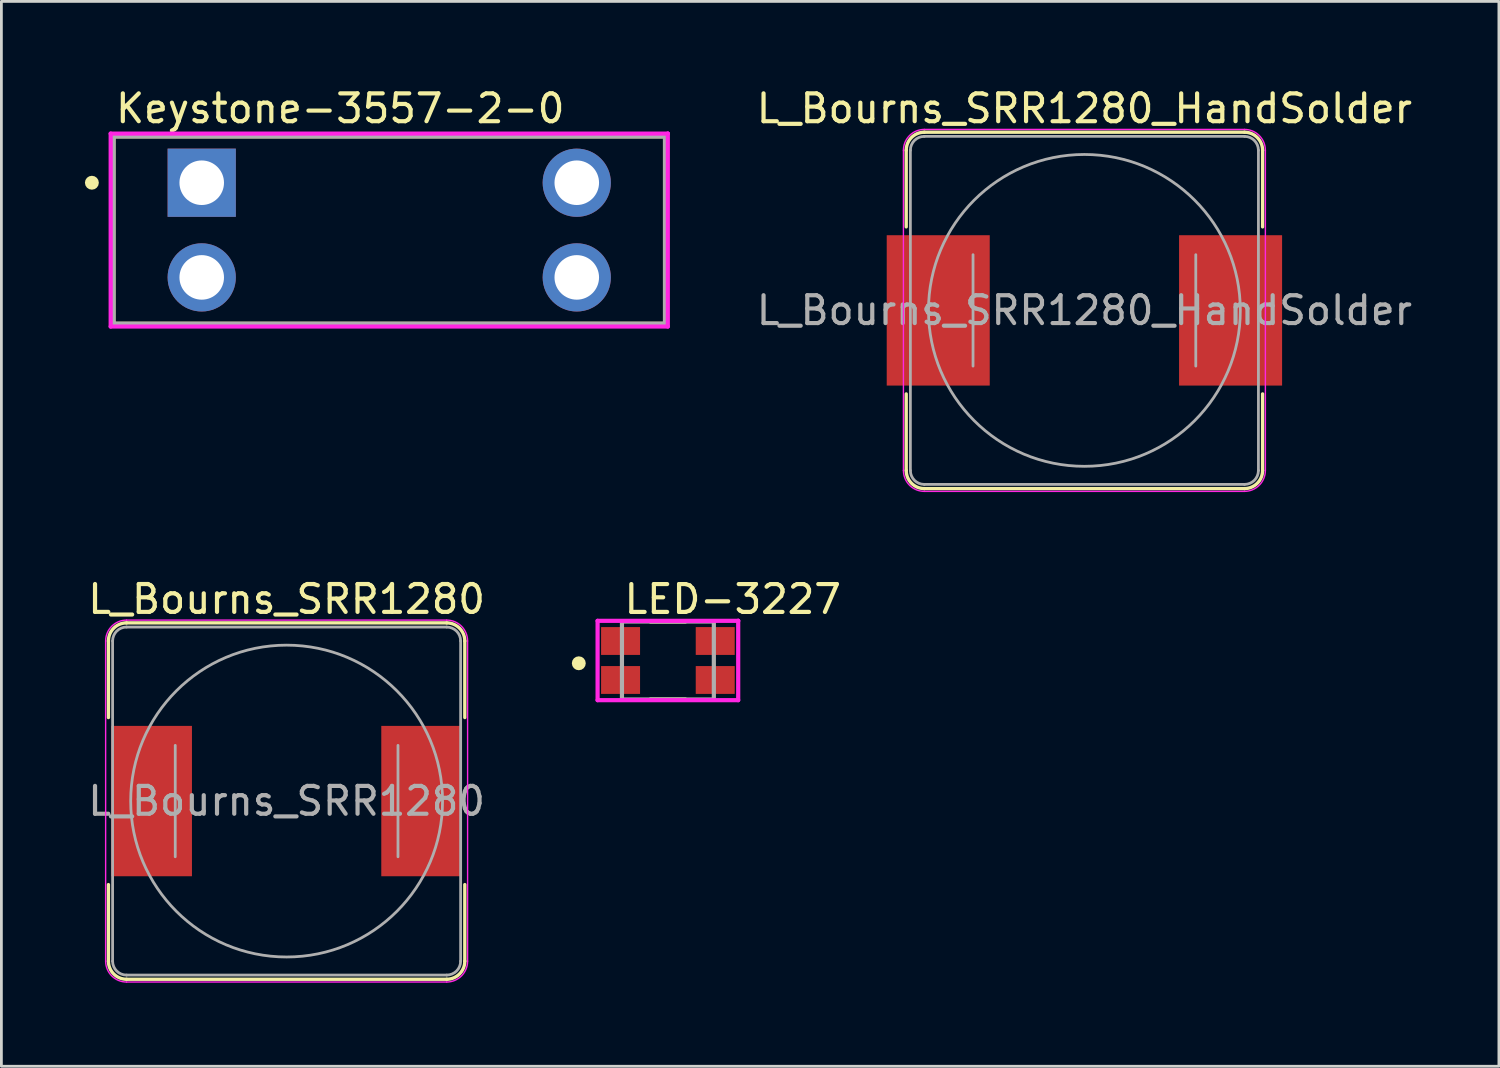
<source format=kicad_pcb>
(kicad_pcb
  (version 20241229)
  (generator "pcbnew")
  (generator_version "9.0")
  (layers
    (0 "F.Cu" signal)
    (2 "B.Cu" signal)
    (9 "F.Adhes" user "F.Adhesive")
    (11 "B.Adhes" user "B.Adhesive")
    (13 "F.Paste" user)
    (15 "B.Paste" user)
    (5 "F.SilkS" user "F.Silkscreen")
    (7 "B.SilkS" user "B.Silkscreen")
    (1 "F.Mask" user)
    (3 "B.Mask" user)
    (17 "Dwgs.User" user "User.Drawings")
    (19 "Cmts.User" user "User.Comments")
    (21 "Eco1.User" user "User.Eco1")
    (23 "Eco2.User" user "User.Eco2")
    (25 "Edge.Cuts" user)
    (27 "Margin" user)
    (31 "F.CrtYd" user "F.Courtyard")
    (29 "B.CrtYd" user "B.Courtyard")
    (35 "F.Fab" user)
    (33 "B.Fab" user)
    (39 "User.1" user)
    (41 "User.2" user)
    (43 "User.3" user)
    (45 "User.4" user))
  (footprint "L_Bourns_SRR1280"
    (layer "F.Cu")
    (at 7.244 25.721)
    (property "Reference" "L_Bourns_SRR1280" (at 0 -7.25 0) (layer "F.SilkS") (effects (font (size 1 1) (thickness 0.15))))
    (attr smd)
    (fp_line (start -6.4 -5.75) (end -6.4 -3) (stroke (width 0.12) (type solid)) (layer "F.SilkS"))
    (fp_line (start -6.4 3) (end -6.4 5.75) (stroke (width 0.12) (type solid)) (layer "F.SilkS"))
    (fp_line (start -5.75 -6.4) (end 5.75 -6.4) (stroke (width 0.12) (type solid)) (layer "F.SilkS"))
    (fp_line (start 5.75 6.4) (end -5.75 6.4) (stroke (width 0.12) (type solid)) (layer "F.SilkS"))
    (fp_line (start 6.4 -5.75) (end 6.4 -3) (stroke (width 0.12) (type solid)) (layer "F.SilkS"))
    (fp_line (start 6.4 3) (end 6.4 5.75) (stroke (width 0.12) (type solid)) (layer "F.SilkS"))
    (fp_arc (start -6.4 -5.75) (mid -6.209619 -6.209619) (end -5.75 -6.4) (stroke (width 0.12) (type solid)) (layer "F.SilkS"))
    (fp_arc (start -5.75 6.4) (mid -6.209619 6.209619) (end -6.4 5.75) (stroke (width 0.12) (type solid)) (layer "F.SilkS"))
    (fp_arc (start 5.75 -6.4) (mid 6.209619 -6.209619) (end 6.4 -5.75) (stroke (width 0.12) (type solid)) (layer "F.SilkS"))
    (fp_arc (start 6.4 5.75) (mid 6.209619 6.209619) (end 5.75 6.4) (stroke (width 0.12) (type solid)) (layer "F.SilkS"))
    (fp_line (start -6.5 5.75) (end -6.5 -5.75) (stroke (width 0.05) (type solid)) (layer "F.CrtYd"))
    (fp_line (start -5.75 -6.5) (end 5.75 -6.5) (stroke (width 0.05) (type solid)) (layer "F.CrtYd"))
    (fp_line (start 5.75 6.5) (end -5.75 6.5) (stroke (width 0.05) (type solid)) (layer "F.CrtYd"))
    (fp_line (start 6.5 -5.75) (end 6.5 5.75) (stroke (width 0.05) (type solid)) (layer "F.CrtYd"))
    (fp_arc (start -6.5 -5.75) (mid -6.28033 -6.28033) (end -5.75 -6.5) (stroke (width 0.05) (type solid)) (layer "F.CrtYd"))
    (fp_arc (start -5.75 6.5) (mid -6.28033 6.28033) (end -6.5 5.75) (stroke (width 0.05) (type solid)) (layer "F.CrtYd"))
    (fp_arc (start 5.75 -6.5) (mid 6.28033 -6.28033) (end 6.5 -5.75) (stroke (width 0.05) (type solid)) (layer "F.CrtYd"))
    (fp_arc (start 6.5 5.75) (mid 6.28033 6.28033) (end 5.75 6.5) (stroke (width 0.05) (type solid)) (layer "F.CrtYd"))
    (fp_line (start -6.25 -5.75) (end -6.25 5.75) (stroke (width 0.1) (type solid)) (layer "F.Fab"))
    (fp_line (start -5.75 -6.25) (end 5.75 -6.25) (stroke (width 0.1) (type solid)) (layer "F.Fab"))
    (fp_line (start -4 2) (end -4 -2) (stroke (width 0.1) (type solid)) (layer "F.Fab"))
    (fp_line (start 4 -2) (end 4 2) (stroke (width 0.1) (type solid)) (layer "F.Fab"))
    (fp_line (start 5.75 6.25) (end -5.75 6.25) (stroke (width 0.1) (type solid)) (layer "F.Fab"))
    (fp_line (start 6.25 -5.75) (end 6.25 5.75) (stroke (width 0.1) (type solid)) (layer "F.Fab"))
    (fp_arc (start -6.25 -5.75) (mid -6.103553 -6.103553) (end -5.75 -6.25) (stroke (width 0.1) (type solid)) (layer "F.Fab"))
    (fp_arc (start -5.75 6.25) (mid -6.103553 6.103553) (end -6.25 5.75) (stroke (width 0.1) (type solid)) (layer "F.Fab"))
    (fp_arc (start 5.75 -6.25) (mid 6.103553 -6.103553) (end 6.25 -5.75) (stroke (width 0.1) (type solid)) (layer "F.Fab"))
    (fp_arc (start 6.25 5.75) (mid 6.103553 6.103553) (end 5.75 6.25) (stroke (width 0.1) (type solid)) (layer "F.Fab"))
    (fp_circle (center 0 0) (end 0 -5.6) (stroke (width 0.1) (type solid)) (fill no) (layer "F.Fab"))
    (fp_text user "${REFERENCE}" (at 0 0 0) (layer "F.Fab") (effects (font (size 1 1) (thickness 0.15))))
    (pad "1" smd rect (at -4.85 0) (size 2.9 5.4) (layers "F.Cu" "F.Mask" "F.Paste"))
    (pad "2" smd rect (at 4.85 0) (size 2.9 5.4) (layers "F.Cu" "F.Mask" "F.Paste")))
  (footprint "L_Bourns_SRR1280_HandSolder"
    (layer "F.Cu")
    (at 35.897 8.098)
    (property "Reference" "L_Bourns_SRR1280_HandSolder" (at 0 -7.25 0) (layer "F.SilkS") (effects (font (size 1 1) (thickness 0.15))))
    (attr smd)
    (fp_line (start -6.4 -5.75) (end -6.4 -3) (stroke (width 0.12) (type solid)) (layer "F.SilkS"))
    (fp_line (start -6.4 3) (end -6.4 5.75) (stroke (width 0.12) (type solid)) (layer "F.SilkS"))
    (fp_line (start -5.75 -6.4) (end 5.75 -6.4) (stroke (width 0.12) (type solid)) (layer "F.SilkS"))
    (fp_line (start 5.75 6.4) (end -5.75 6.4) (stroke (width 0.12) (type solid)) (layer "F.SilkS"))
    (fp_line (start 6.4 -5.75) (end 6.4 -3) (stroke (width 0.12) (type solid)) (layer "F.SilkS"))
    (fp_line (start 6.4 3) (end 6.4 5.75) (stroke (width 0.12) (type solid)) (layer "F.SilkS"))
    (fp_arc (start -6.4 -5.75) (mid -6.209619 -6.209619) (end -5.75 -6.4) (stroke (width 0.12) (type solid)) (layer "F.SilkS"))
    (fp_arc (start -5.75 6.4) (mid -6.209619 6.209619) (end -6.4 5.75) (stroke (width 0.12) (type solid)) (layer "F.SilkS"))
    (fp_arc (start 5.75 -6.4) (mid 6.209619 -6.209619) (end 6.4 -5.75) (stroke (width 0.12) (type solid)) (layer "F.SilkS"))
    (fp_arc (start 6.4 5.75) (mid 6.209619 6.209619) (end 5.75 6.4) (stroke (width 0.12) (type solid)) (layer "F.SilkS"))
    (fp_line (start -6.5 5.75) (end -6.5 -5.75) (stroke (width 0.05) (type solid)) (layer "F.CrtYd"))
    (fp_line (start -5.75 -6.5) (end 5.75 -6.5) (stroke (width 0.05) (type solid)) (layer "F.CrtYd"))
    (fp_line (start 5.75 6.5) (end -5.75 6.5) (stroke (width 0.05) (type solid)) (layer "F.CrtYd"))
    (fp_line (start 6.5 -5.75) (end 6.5 5.75) (stroke (width 0.05) (type solid)) (layer "F.CrtYd"))
    (fp_arc (start -6.5 -5.75) (mid -6.28033 -6.28033) (end -5.75 -6.5) (stroke (width 0.05) (type solid)) (layer "F.CrtYd"))
    (fp_arc (start -5.75 6.5) (mid -6.28033 6.28033) (end -6.5 5.75) (stroke (width 0.05) (type solid)) (layer "F.CrtYd"))
    (fp_arc (start 5.75 -6.5) (mid 6.28033 -6.28033) (end 6.5 -5.75) (stroke (width 0.05) (type solid)) (layer "F.CrtYd"))
    (fp_arc (start 6.5 5.75) (mid 6.28033 6.28033) (end 5.75 6.5) (stroke (width 0.05) (type solid)) (layer "F.CrtYd"))
    (fp_line (start -6.25 -5.75) (end -6.25 5.75) (stroke (width 0.1) (type solid)) (layer "F.Fab"))
    (fp_line (start -5.75 -6.25) (end 5.75 -6.25) (stroke (width 0.1) (type solid)) (layer "F.Fab"))
    (fp_line (start -4 2) (end -4 -2) (stroke (width 0.1) (type solid)) (layer "F.Fab"))
    (fp_line (start 4 -2) (end 4 2) (stroke (width 0.1) (type solid)) (layer "F.Fab"))
    (fp_line (start 5.75 6.25) (end -5.75 6.25) (stroke (width 0.1) (type solid)) (layer "F.Fab"))
    (fp_line (start 6.25 -5.75) (end 6.25 5.75) (stroke (width 0.1) (type solid)) (layer "F.Fab"))
    (fp_arc (start -6.25 -5.75) (mid -6.103553 -6.103553) (end -5.75 -6.25) (stroke (width 0.1) (type solid)) (layer "F.Fab"))
    (fp_arc (start -5.75 6.25) (mid -6.103553 6.103553) (end -6.25 5.75) (stroke (width 0.1) (type solid)) (layer "F.Fab"))
    (fp_arc (start 5.75 -6.25) (mid 6.103553 -6.103553) (end 6.25 -5.75) (stroke (width 0.1) (type solid)) (layer "F.Fab"))
    (fp_arc (start 6.25 5.75) (mid 6.103553 6.103553) (end 5.75 6.25) (stroke (width 0.1) (type solid)) (layer "F.Fab"))
    (fp_circle (center 0 0) (end 0 -5.6) (stroke (width 0.1) (type solid)) (fill no) (layer "F.Fab"))
    (fp_text user "${REFERENCE}" (at 0 0 0) (layer "F.Fab") (effects (font (size 1 1) (thickness 0.15))))
    (pad "1" smd rect (at -5.25 0) (size 3.7 5.4) (layers "F.Cu" "F.Mask" "F.Paste"))
    (pad "2" smd rect (at 5.25 0) (size 3.7 5.4) (layers "F.Cu" "F.Mask" "F.Paste")))
  (footprint "Keystone-3557-2-0"
    (layer "F.Cu")
    (at 10.93 5.213)
    (property "Reference" "Keystone-3557-2-0" (at -9.905 -4.365 0) (layer "F.SilkS") (effects (font (size 1 1) (thickness 0.15)) (justify left)))
    (attr through_hole)
    (fp_line (start -9.905 -3.365) (end 9.905 -3.365) (stroke (width 0.15) (type solid)) (layer "F.SilkS"))
    (fp_line (start -9.905 3.365) (end -9.905 -3.365) (stroke (width 0.15) (type solid)) (layer "F.SilkS"))
    (fp_line (start -9.905 3.365) (end 9.905 3.365) (stroke (width 0.15) (type solid)) (layer "F.SilkS"))
    (fp_line (start 9.905 3.365) (end 9.905 -3.365) (stroke (width 0.15) (type solid)) (layer "F.SilkS"))
    (fp_circle (center -10.68 -1.7) (end -10.555 -1.7) (stroke (width 0.25) (type solid)) (fill no) (layer "F.SilkS"))
    (fp_line (start -10.005 -3.465) (end -10.005 3.465) (stroke (width 0.15) (type solid)) (layer "F.CrtYd"))
    (fp_line (start -10.005 3.465) (end 10.005 3.465) (stroke (width 0.15) (type solid)) (layer "F.CrtYd"))
    (fp_line (start 10.005 -3.465) (end -10.005 -3.465) (stroke (width 0.15) (type solid)) (layer "F.CrtYd"))
    (fp_line (start 10.005 -3.465) (end 10.005 -3.465) (stroke (width 0.15) (type solid)) (layer "F.CrtYd"))
    (fp_line (start 10.005 3.465) (end 10.005 -3.465) (stroke (width 0.15) (type solid)) (layer "F.CrtYd"))
    (fp_line (start -9.905 -3.365) (end 9.905 -3.365) (stroke (width 0.15) (type solid)) (layer "F.Fab"))
    (fp_line (start -9.905 3.365) (end -9.905 -3.365) (stroke (width 0.15) (type solid)) (layer "F.Fab"))
    (fp_line (start 9.905 -3.365) (end 9.905 3.365) (stroke (width 0.15) (type solid)) (layer "F.Fab"))
    (fp_line (start 9.905 3.365) (end -9.905 3.365) (stroke (width 0.15) (type solid)) (layer "F.Fab"))
    (pad "1" thru_hole rect (at -6.735 -1.7) (size 2.45 2.45) (drill 1.6) (layers "*.Cu" "*.Mask"))
    (pad "1" thru_hole circle (at -6.735 1.7) (size 2.45 2.45) (drill 1.6) (layers "*.Cu" "*.Mask"))
    (pad "2" thru_hole circle (at 6.735 -1.7) (size 2.45 2.45) (drill 1.6) (layers "*.Cu" "*.Mask"))
    (pad "2" thru_hole circle (at 6.735 1.7) (size 2.45 2.45) (drill 1.6) (layers "*.Cu" "*.Mask")))
  (footprint "LED-3227"
    (layer "F.Cu")
    (at 20.938 20.672)
    (property "Reference" "LED-3227" (at -1.65 -2.2 0) (layer "F.SilkS") (effects (font (size 1 1) (thickness 0.15)) (justify left)))
    (attr smd)
    (fp_line (start -0.625 -1.4) (end 0.625 -1.4) (stroke (width 0.15) (type solid)) (layer "F.SilkS"))
    (fp_line (start -0.625 1.4) (end 0.625 1.4) (stroke (width 0.15) (type solid)) (layer "F.SilkS"))
    (fp_circle (center -3.2 0.1) (end -3.075 0.1) (stroke (width 0.25) (type solid)) (fill no) (layer "F.SilkS"))
    (fp_line (start -2.525 -1.425) (end -2.525 1.425) (stroke (width 0.15) (type solid)) (layer "F.CrtYd"))
    (fp_line (start -2.525 1.425) (end 2.525 1.425) (stroke (width 0.15) (type solid)) (layer "F.CrtYd"))
    (fp_line (start 2.525 -1.425) (end -2.525 -1.425) (stroke (width 0.15) (type solid)) (layer "F.CrtYd"))
    (fp_line (start 2.525 -1.425) (end 2.525 -1.425) (stroke (width 0.15) (type solid)) (layer "F.CrtYd"))
    (fp_line (start 2.525 1.425) (end 2.525 -1.425) (stroke (width 0.15) (type solid)) (layer "F.CrtYd"))
    (fp_line (start -1.65 -1.4) (end 1.65 -1.4) (stroke (width 0.15) (type solid)) (layer "F.Fab"))
    (fp_line (start -1.65 1.4) (end -1.65 -1.4) (stroke (width 0.15) (type solid)) (layer "F.Fab"))
    (fp_line (start 1.65 -1.4) (end 1.65 1.4) (stroke (width 0.15) (type solid)) (layer "F.Fab"))
    (fp_line (start 1.65 1.4) (end -1.65 1.4) (stroke (width 0.15) (type solid)) (layer "F.Fab"))
    (pad "1" smd rect (at 1.7 0.7) (size 1.4 1) (layers "F.Cu" "F.Mask" "F.Paste"))
    (pad "2" smd rect (at 1.7 -0.7) (size 1.4 1) (layers "F.Cu" "F.Mask" "F.Paste"))
    (pad "3" smd rect (at -1.7 0.7) (size 1.4 1) (layers "F.Cu" "F.Mask" "F.Paste"))
    (pad "4" smd rect (at -1.7 -0.7) (size 1.4 1) (layers "F.Cu" "F.Mask" "F.Paste")))
  (gr_rect
    (start -3 -3)
    (end 50.784 35.246)
    (stroke (width 0.1) (type default))
    (fill no)
    (layer "Edge.Cuts")))
</source>
